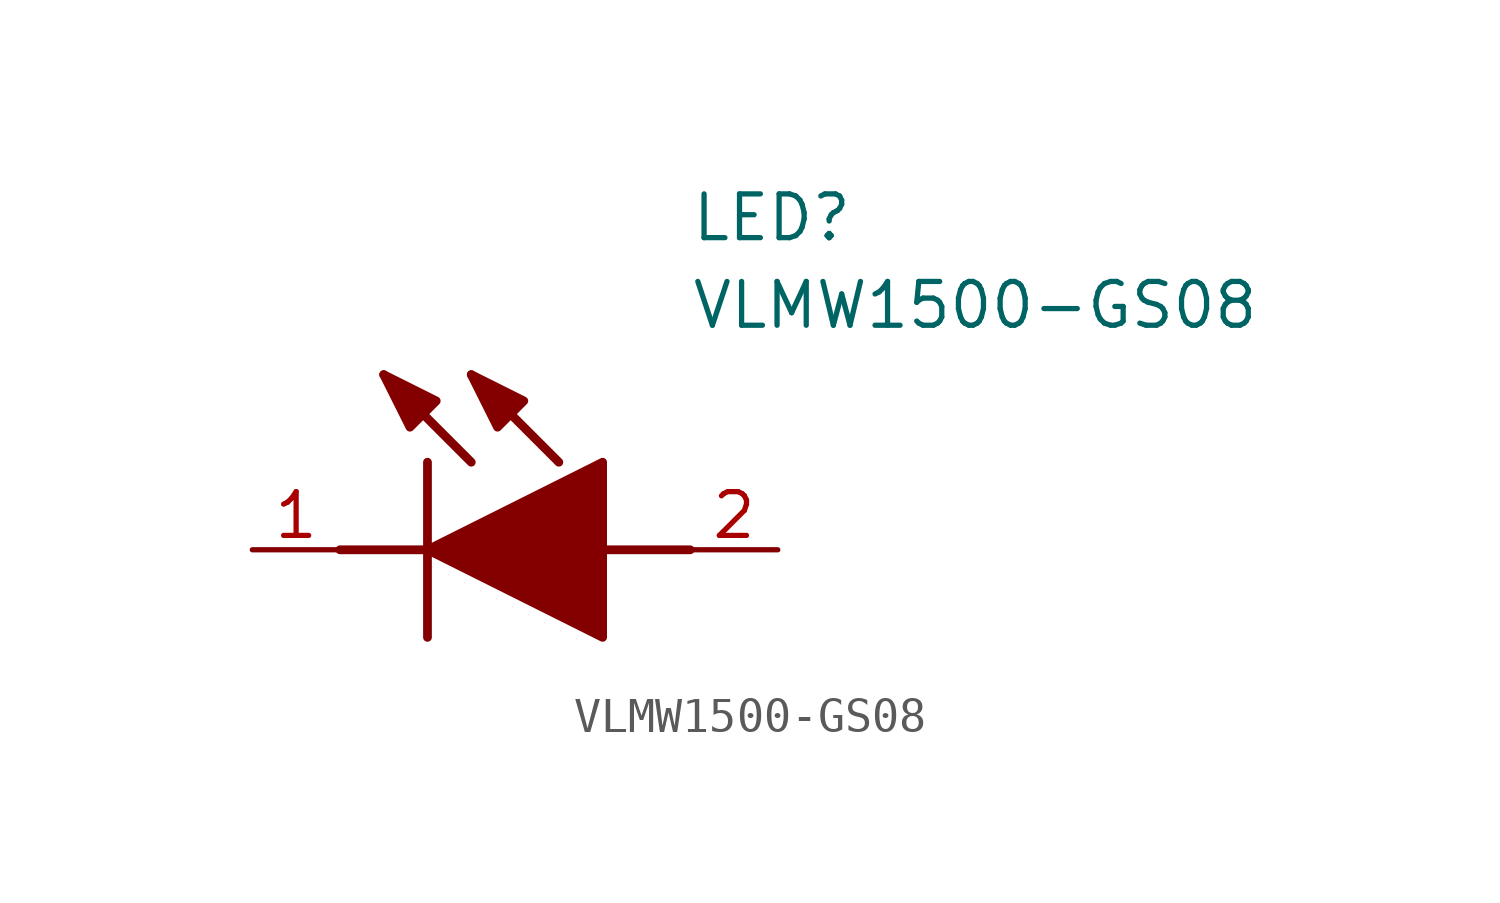
<source format=kicad_sym>
(kicad_symbol_lib
  (version 20211014)
  (generator SamacSys_ECAD_Model)
  (symbol "VLMW1500-GS08"
    (pin_names hide)
    (property "Reference" "LED"
      (at 12.7 8.89 0)
      (effects (font (size 1.27 1.27)) (justify left bottom)))
    (property "Value" "VLMW1500-GS08"
      (at 12.7 6.35 0)
      (effects (font (size 1.27 1.27)) (justify left bottom)))
    (polyline
      (pts (xy 5.08 2.54) (xy 5.08 -2.54))
      (stroke (width 0.254) (type default))
      (fill (type none)))
    (polyline
      (pts (xy 6.35 2.54) (xy 3.81 5.08))
      (stroke (width 0.254) (type default))
      (fill (type none)))
    (polyline
      (pts (xy 8.89 2.54) (xy 6.35 5.08))
      (stroke (width 0.254) (type default))
      (fill (type none)))
    (polyline
      (pts (xy 2.54 0) (xy 5.08 0))
      (stroke (width 0.254) (type default))
      (fill (type none)))
    (polyline
      (pts (xy 10.16 0) (xy 12.7 0))
      (stroke (width 0.254) (type default))
      (fill (type none)))
    (polyline
      (pts (xy 5.08 0) (xy 10.16 2.54) (xy 10.16 -2.54) (xy 5.08 0))
      (stroke (width 0.254) (type default))
      (fill (type outline)))
    (polyline
      (pts (xy 5.334 4.318) (xy 4.572 3.556) (xy 3.81 5.08) (xy 5.334 4.318))
      (stroke (width 0.254) (type default))
      (fill (type outline)))
    (polyline
      (pts (xy 7.874 4.318) (xy 7.112 3.556) (xy 6.35 5.08) (xy 7.874 4.318))
      (stroke (width 0.254) (type default))
      (fill (type outline)))
    (pin passive line
      (at 0 0 0)
      (length 2.54)
      (name "K" (effects (font (size 1.27 1.27))))
      (number "1" (effects (font (size 1.27 1.27)))))
    (pin passive line
      (at 15.24 0 180)
      (length 2.54)
      (name "A" (effects (font (size 1.27 1.27))))
      (number "2" (effects (font (size 1.27 1.27)))))))
</source>
